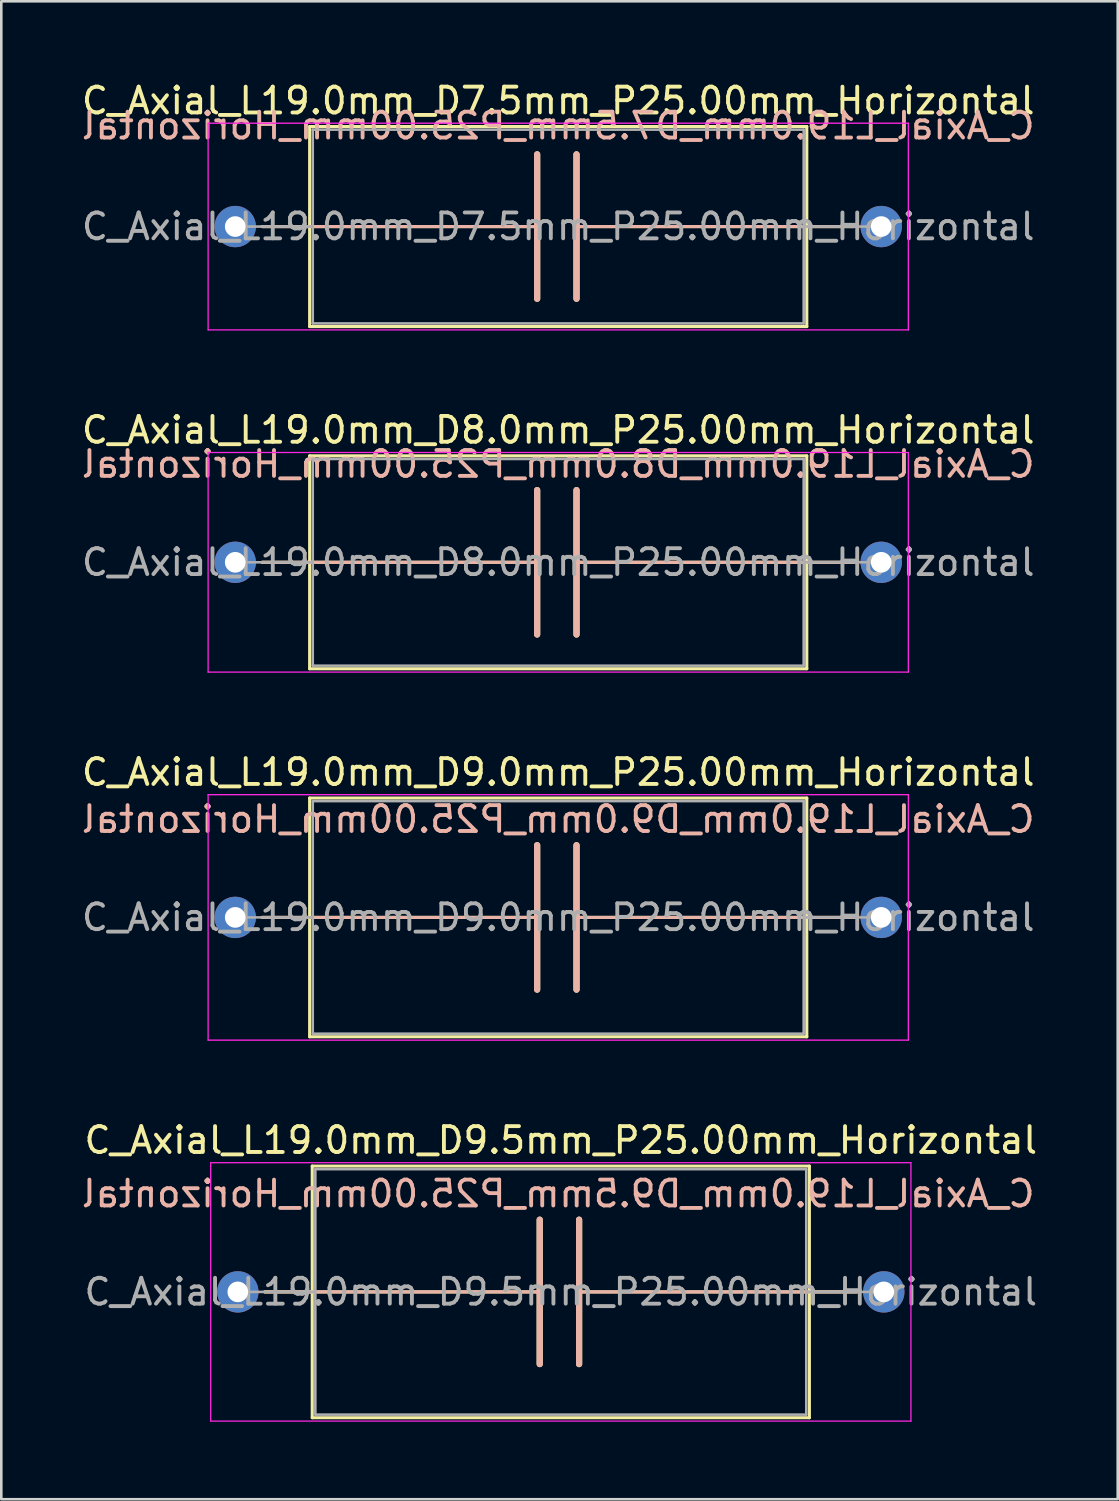
<source format=kicad_pcb>
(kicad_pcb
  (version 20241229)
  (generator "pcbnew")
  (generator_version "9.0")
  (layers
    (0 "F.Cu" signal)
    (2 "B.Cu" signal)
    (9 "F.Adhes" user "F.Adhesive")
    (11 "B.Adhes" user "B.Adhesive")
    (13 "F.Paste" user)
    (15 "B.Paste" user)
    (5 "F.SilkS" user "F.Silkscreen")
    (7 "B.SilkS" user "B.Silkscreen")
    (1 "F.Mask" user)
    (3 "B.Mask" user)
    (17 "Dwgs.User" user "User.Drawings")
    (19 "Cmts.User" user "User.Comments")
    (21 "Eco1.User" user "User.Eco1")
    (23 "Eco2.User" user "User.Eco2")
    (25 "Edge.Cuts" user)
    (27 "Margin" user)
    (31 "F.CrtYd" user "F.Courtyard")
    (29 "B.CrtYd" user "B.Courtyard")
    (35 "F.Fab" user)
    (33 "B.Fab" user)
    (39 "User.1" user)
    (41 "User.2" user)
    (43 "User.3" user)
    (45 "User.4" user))
  (footprint "C_Axial_L19.0mm_D9.5mm_P25.00mm_Horizontal"
    (layer "F.Cu")
    (at 6.154 46.948)
    (property "Reference" "C_Axial_L19.0mm_D9.5mm_P25.00mm_Horizontal" (at 12.5 -5.87 0) (layer "F.SilkS") (effects (font (size 1 1) (thickness 0.15))))
    (fp_line (start 1.04 0) (end 2.88 0) (stroke (width 0.12) (type solid)) (layer "F.SilkS"))
    (fp_line (start 2.88 -4.87) (end 2.88 4.87) (stroke (width 0.12) (type solid)) (layer "F.SilkS"))
    (fp_line (start 2.88 0) (end 11.684 0) (stroke (width 0.12) (type solid)) (layer "F.SilkS"))
    (fp_line (start 2.88 4.87) (end 22.12 4.87) (stroke (width 0.12) (type solid)) (layer "F.SilkS"))
    (fp_line (start 11.684 -2.794) (end 11.684 2.794) (stroke (width 0.24) (type solid)) (layer "F.SilkS"))
    (fp_line (start 13.208 2.794) (end 13.208 -2.794) (stroke (width 0.24) (type solid)) (layer "F.SilkS"))
    (fp_line (start 22.12 -4.87) (end 2.88 -4.87) (stroke (width 0.12) (type solid)) (layer "F.SilkS"))
    (fp_line (start 22.12 0) (end 13.208 0) (stroke (width 0.12) (type solid)) (layer "F.SilkS"))
    (fp_line (start 22.12 4.87) (end 22.12 -4.87) (stroke (width 0.12) (type solid)) (layer "F.SilkS"))
    (fp_line (start 23.96 0) (end 22.12 0) (stroke (width 0.12) (type solid)) (layer "F.SilkS"))
    (fp_line (start 1.04 0) (end 2.88 0) (stroke (width 0.12) (type solid)) (layer "B.SilkS"))
    (fp_line (start 2.88 0) (end 11.684 0) (stroke (width 0.12) (type solid)) (layer "B.SilkS"))
    (fp_line (start 11.684 2.794) (end 11.684 -2.794) (stroke (width 0.24) (type solid)) (layer "B.SilkS"))
    (fp_line (start 13.208 -2.794) (end 13.208 2.794) (stroke (width 0.24) (type solid)) (layer "B.SilkS"))
    (fp_line (start 22.12 0) (end 13.208 0) (stroke (width 0.12) (type solid)) (layer "B.SilkS"))
    (fp_line (start 23.96 0) (end 22.12 0) (stroke (width 0.12) (type solid)) (layer "B.SilkS"))
    (fp_line (start -1.05 -5) (end -1.05 5) (stroke (width 0.05) (type solid)) (layer "F.CrtYd"))
    (fp_line (start -1.05 5) (end 26.05 5) (stroke (width 0.05) (type solid)) (layer "F.CrtYd"))
    (fp_line (start 26.05 -5) (end -1.05 -5) (stroke (width 0.05) (type solid)) (layer "F.CrtYd"))
    (fp_line (start 26.05 5) (end 26.05 -5) (stroke (width 0.05) (type solid)) (layer "F.CrtYd"))
    (fp_line (start 0 0) (end 3 0) (stroke (width 0.1) (type solid)) (layer "F.Fab"))
    (fp_line (start 3 -4.75) (end 3 4.75) (stroke (width 0.1) (type solid)) (layer "F.Fab"))
    (fp_line (start 3 4.75) (end 22 4.75) (stroke (width 0.1) (type solid)) (layer "F.Fab"))
    (fp_line (start 22 -4.75) (end 3 -4.75) (stroke (width 0.1) (type solid)) (layer "F.Fab"))
    (fp_line (start 22 4.75) (end 22 -4.75) (stroke (width 0.1) (type solid)) (layer "F.Fab"))
    (fp_line (start 25 0) (end 22 0) (stroke (width 0.1) (type solid)) (layer "F.Fab"))
    (fp_text user "${REFERENCE}" (at 12.4 -3.8 0) (layer "B.SilkS") (effects (font (size 1 1) (thickness 0.15)) (justify mirror)))
    (fp_text user "${REFERENCE}" (at 12.5 0 0) (layer "F.Fab") (effects (font (size 1 1) (thickness 0.15))))
    (pad "1" thru_hole circle (at 0 0) (size 1.6 1.6) (drill 0.8) (layers "*.Cu" "*.Mask"))
    (pad "2" thru_hole oval (at 25 0) (size 1.6 1.6) (drill 0.8) (layers "*.Cu" "*.Mask")))
  (footprint "C_Axial_L19.0mm_D7.5mm_P25.00mm_Horizontal"
    (layer "F.Cu")
    (at 6.054 5.718)
    (property "Reference" "C_Axial_L19.0mm_D7.5mm_P25.00mm_Horizontal" (at 12.5 -4.87 0) (layer "F.SilkS") (effects (font (size 1 1) (thickness 0.15))))
    (fp_line (start 1.04 0) (end 2.88 0) (stroke (width 0.12) (type solid)) (layer "F.SilkS"))
    (fp_line (start 2.88 -3.87) (end 2.88 3.87) (stroke (width 0.12) (type solid)) (layer "F.SilkS"))
    (fp_line (start 2.88 0) (end 11.684 0) (stroke (width 0.12) (type solid)) (layer "F.SilkS"))
    (fp_line (start 2.88 3.87) (end 22.12 3.87) (stroke (width 0.12) (type solid)) (layer "F.SilkS"))
    (fp_line (start 11.684 -2.794) (end 11.684 2.794) (stroke (width 0.24) (type solid)) (layer "F.SilkS"))
    (fp_line (start 13.208 2.794) (end 13.208 -2.794) (stroke (width 0.24) (type solid)) (layer "F.SilkS"))
    (fp_line (start 22.12 -3.87) (end 2.88 -3.87) (stroke (width 0.12) (type solid)) (layer "F.SilkS"))
    (fp_line (start 22.12 0) (end 13.208 0) (stroke (width 0.12) (type solid)) (layer "F.SilkS"))
    (fp_line (start 22.12 3.87) (end 22.12 -3.87) (stroke (width 0.12) (type solid)) (layer "F.SilkS"))
    (fp_line (start 23.96 0) (end 22.12 0) (stroke (width 0.12) (type solid)) (layer "F.SilkS"))
    (fp_line (start 1.04 0) (end 2.88 0) (stroke (width 0.12) (type solid)) (layer "B.SilkS"))
    (fp_line (start 2.88 0) (end 11.684 0) (stroke (width 0.12) (type solid)) (layer "B.SilkS"))
    (fp_line (start 11.684 2.794) (end 11.684 -2.794) (stroke (width 0.24) (type solid)) (layer "B.SilkS"))
    (fp_line (start 13.208 -2.794) (end 13.208 2.794) (stroke (width 0.24) (type solid)) (layer "B.SilkS"))
    (fp_line (start 22.12 0) (end 13.208 0) (stroke (width 0.12) (type solid)) (layer "B.SilkS"))
    (fp_line (start 23.96 0) (end 22.12 0) (stroke (width 0.12) (type solid)) (layer "B.SilkS"))
    (fp_line (start -1.05 -4) (end -1.05 4) (stroke (width 0.05) (type solid)) (layer "F.CrtYd"))
    (fp_line (start -1.05 4) (end 26.05 4) (stroke (width 0.05) (type solid)) (layer "F.CrtYd"))
    (fp_line (start 26.05 -4) (end -1.05 -4) (stroke (width 0.05) (type solid)) (layer "F.CrtYd"))
    (fp_line (start 26.05 4) (end 26.05 -4) (stroke (width 0.05) (type solid)) (layer "F.CrtYd"))
    (fp_line (start 0 0) (end 3 0) (stroke (width 0.1) (type solid)) (layer "F.Fab"))
    (fp_line (start 3 -3.75) (end 3 3.75) (stroke (width 0.1) (type solid)) (layer "F.Fab"))
    (fp_line (start 3 3.75) (end 22 3.75) (stroke (width 0.1) (type solid)) (layer "F.Fab"))
    (fp_line (start 22 -3.75) (end 3 -3.75) (stroke (width 0.1) (type solid)) (layer "F.Fab"))
    (fp_line (start 22 3.75) (end 22 -3.75) (stroke (width 0.1) (type solid)) (layer "F.Fab"))
    (fp_line (start 25 0) (end 22 0) (stroke (width 0.1) (type solid)) (layer "F.Fab"))
    (fp_text user "${REFERENCE}" (at 12.5 -3.9 0) (layer "B.SilkS") (effects (font (size 1 1) (thickness 0.15)) (justify mirror)))
    (fp_text user "${REFERENCE}" (at 12.5 0 0) (layer "F.Fab") (effects (font (size 1 1) (thickness 0.15))))
    (pad "1" thru_hole circle (at 0 0) (size 1.6 1.6) (drill 0.8) (layers "*.Cu" "*.Mask"))
    (pad "2" thru_hole oval (at 25 0) (size 1.6 1.6) (drill 0.8) (layers "*.Cu" "*.Mask")))
  (footprint "C_Axial_L19.0mm_D8.0mm_P25.00mm_Horizontal"
    (layer "F.Cu")
    (at 6.054 18.712)
    (property "Reference" "C_Axial_L19.0mm_D8.0mm_P25.00mm_Horizontal" (at 12.5 -5.12 0) (layer "F.SilkS") (effects (font (size 1 1) (thickness 0.15))))
    (fp_line (start 1.04 0) (end 2.88 0) (stroke (width 0.12) (type solid)) (layer "F.SilkS"))
    (fp_line (start 2.88 -4.12) (end 2.88 4.12) (stroke (width 0.12) (type solid)) (layer "F.SilkS"))
    (fp_line (start 2.88 0) (end 11.684 0) (stroke (width 0.12) (type solid)) (layer "F.SilkS"))
    (fp_line (start 2.88 4.12) (end 22.12 4.12) (stroke (width 0.12) (type solid)) (layer "F.SilkS"))
    (fp_line (start 11.684 -2.794) (end 11.684 2.794) (stroke (width 0.24) (type solid)) (layer "F.SilkS"))
    (fp_line (start 13.208 2.794) (end 13.208 -2.794) (stroke (width 0.24) (type solid)) (layer "F.SilkS"))
    (fp_line (start 22.12 -4.12) (end 2.88 -4.12) (stroke (width 0.12) (type solid)) (layer "F.SilkS"))
    (fp_line (start 22.12 0) (end 13.208 0) (stroke (width 0.12) (type solid)) (layer "F.SilkS"))
    (fp_line (start 22.12 4.12) (end 22.12 -4.12) (stroke (width 0.12) (type solid)) (layer "F.SilkS"))
    (fp_line (start 23.96 0) (end 22.12 0) (stroke (width 0.12) (type solid)) (layer "F.SilkS"))
    (fp_line (start 1.04 0) (end 2.88 0) (stroke (width 0.12) (type solid)) (layer "B.SilkS"))
    (fp_line (start 2.88 0) (end 11.684 0) (stroke (width 0.12) (type solid)) (layer "B.SilkS"))
    (fp_line (start 11.684 2.794) (end 11.684 -2.794) (stroke (width 0.24) (type solid)) (layer "B.SilkS"))
    (fp_line (start 13.208 -2.794) (end 13.208 2.794) (stroke (width 0.24) (type solid)) (layer "B.SilkS"))
    (fp_line (start 22.12 0) (end 13.208 0) (stroke (width 0.12) (type solid)) (layer "B.SilkS"))
    (fp_line (start 23.96 0) (end 22.12 0) (stroke (width 0.12) (type solid)) (layer "B.SilkS"))
    (fp_line (start -1.05 -4.25) (end -1.05 4.25) (stroke (width 0.05) (type solid)) (layer "F.CrtYd"))
    (fp_line (start -1.05 4.25) (end 26.05 4.25) (stroke (width 0.05) (type solid)) (layer "F.CrtYd"))
    (fp_line (start 26.05 -4.25) (end -1.05 -4.25) (stroke (width 0.05) (type solid)) (layer "F.CrtYd"))
    (fp_line (start 26.05 4.25) (end 26.05 -4.25) (stroke (width 0.05) (type solid)) (layer "F.CrtYd"))
    (fp_line (start 0 0) (end 3 0) (stroke (width 0.1) (type solid)) (layer "F.Fab"))
    (fp_line (start 3 -4) (end 3 4) (stroke (width 0.1) (type solid)) (layer "F.Fab"))
    (fp_line (start 3 4) (end 22 4) (stroke (width 0.1) (type solid)) (layer "F.Fab"))
    (fp_line (start 22 -4) (end 3 -4) (stroke (width 0.1) (type solid)) (layer "F.Fab"))
    (fp_line (start 22 4) (end 22 -4) (stroke (width 0.1) (type solid)) (layer "F.Fab"))
    (fp_line (start 25 0) (end 22 0) (stroke (width 0.1) (type solid)) (layer "F.Fab"))
    (fp_text user "${REFERENCE}" (at 12.5 -3.8 0) (layer "B.SilkS") (effects (font (size 1 1) (thickness 0.15)) (justify mirror)))
    (fp_text user "${REFERENCE}" (at 12.5 0 0) (layer "F.Fab") (effects (font (size 1 1) (thickness 0.15))))
    (pad "1" thru_hole circle (at 0 0) (size 1.6 1.6) (drill 0.8) (layers "*.Cu" "*.Mask"))
    (pad "2" thru_hole oval (at 25 0) (size 1.6 1.6) (drill 0.8) (layers "*.Cu" "*.Mask")))
  (footprint "C_Axial_L19.0mm_D9.0mm_P25.00mm_Horizontal"
    (layer "F.Cu")
    (at 6.054 32.455)
    (property "Reference" "C_Axial_L19.0mm_D9.0mm_P25.00mm_Horizontal" (at 12.5 -5.62 0) (layer "F.SilkS") (effects (font (size 1 1) (thickness 0.15))))
    (fp_line (start 1.04 0) (end 2.88 0) (stroke (width 0.12) (type solid)) (layer "F.SilkS"))
    (fp_line (start 2.88 -4.62) (end 2.88 4.62) (stroke (width 0.12) (type solid)) (layer "F.SilkS"))
    (fp_line (start 2.88 0) (end 11.684 0) (stroke (width 0.12) (type solid)) (layer "F.SilkS"))
    (fp_line (start 2.88 4.62) (end 22.12 4.62) (stroke (width 0.12) (type solid)) (layer "F.SilkS"))
    (fp_line (start 11.684 -2.794) (end 11.684 2.794) (stroke (width 0.24) (type solid)) (layer "F.SilkS"))
    (fp_line (start 13.208 2.794) (end 13.208 -2.794) (stroke (width 0.24) (type solid)) (layer "F.SilkS"))
    (fp_line (start 22.12 -4.62) (end 2.88 -4.62) (stroke (width 0.12) (type solid)) (layer "F.SilkS"))
    (fp_line (start 22.12 0) (end 13.208 0) (stroke (width 0.12) (type solid)) (layer "F.SilkS"))
    (fp_line (start 22.12 4.62) (end 22.12 -4.62) (stroke (width 0.12) (type solid)) (layer "F.SilkS"))
    (fp_line (start 23.96 0) (end 22.12 0) (stroke (width 0.12) (type solid)) (layer "F.SilkS"))
    (fp_line (start 1.04 0) (end 2.88 0) (stroke (width 0.12) (type solid)) (layer "B.SilkS"))
    (fp_line (start 2.88 0) (end 11.684 0) (stroke (width 0.12) (type solid)) (layer "B.SilkS"))
    (fp_line (start 11.684 2.794) (end 11.684 -2.794) (stroke (width 0.24) (type solid)) (layer "B.SilkS"))
    (fp_line (start 13.208 -2.794) (end 13.208 2.794) (stroke (width 0.24) (type solid)) (layer "B.SilkS"))
    (fp_line (start 22.12 0) (end 13.208 0) (stroke (width 0.12) (type solid)) (layer "B.SilkS"))
    (fp_line (start 23.96 0) (end 22.12 0) (stroke (width 0.12) (type solid)) (layer "B.SilkS"))
    (fp_line (start -1.05 -4.75) (end -1.05 4.75) (stroke (width 0.05) (type solid)) (layer "F.CrtYd"))
    (fp_line (start -1.05 4.75) (end 26.05 4.75) (stroke (width 0.05) (type solid)) (layer "F.CrtYd"))
    (fp_line (start 26.05 -4.75) (end -1.05 -4.75) (stroke (width 0.05) (type solid)) (layer "F.CrtYd"))
    (fp_line (start 26.05 4.75) (end 26.05 -4.75) (stroke (width 0.05) (type solid)) (layer "F.CrtYd"))
    (fp_line (start 0 0) (end 3 0) (stroke (width 0.1) (type solid)) (layer "F.Fab"))
    (fp_line (start 3 -4.5) (end 3 4.5) (stroke (width 0.1) (type solid)) (layer "F.Fab"))
    (fp_line (start 3 4.5) (end 22 4.5) (stroke (width 0.1) (type solid)) (layer "F.Fab"))
    (fp_line (start 22 -4.5) (end 3 -4.5) (stroke (width 0.1) (type solid)) (layer "F.Fab"))
    (fp_line (start 22 4.5) (end 22 -4.5) (stroke (width 0.1) (type solid)) (layer "F.Fab"))
    (fp_line (start 25 0) (end 22 0) (stroke (width 0.1) (type solid)) (layer "F.Fab"))
    (fp_text user "${REFERENCE}" (at 12.5 -3.8 0) (layer "B.SilkS") (effects (font (size 1 1) (thickness 0.15)) (justify mirror)))
    (fp_text user "${REFERENCE}" (at 12.5 0 0) (layer "F.Fab") (effects (font (size 1 1) (thickness 0.15))))
    (pad "1" thru_hole circle (at 0 0) (size 1.6 1.6) (drill 0.8) (layers "*.Cu" "*.Mask"))
    (pad "2" thru_hole oval (at 25 0) (size 1.6 1.6) (drill 0.8) (layers "*.Cu" "*.Mask")))
  (gr_rect
    (start -3 -3)
    (end 40.207 54.973)
    (stroke (width 0.1) (type default))
    (fill no)
    (layer "Edge.Cuts")))
</source>
